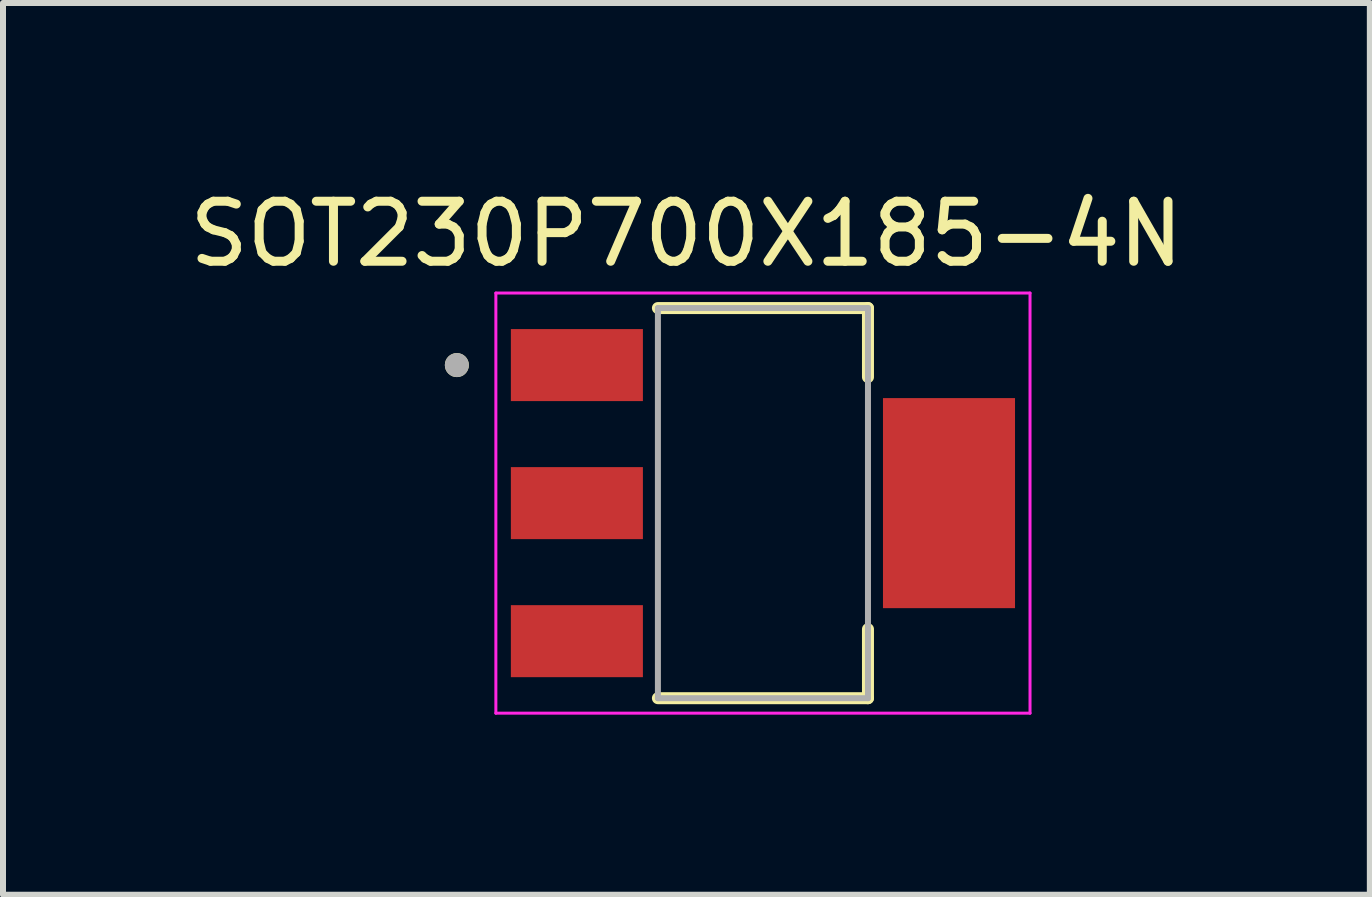
<source format=kicad_pcb>
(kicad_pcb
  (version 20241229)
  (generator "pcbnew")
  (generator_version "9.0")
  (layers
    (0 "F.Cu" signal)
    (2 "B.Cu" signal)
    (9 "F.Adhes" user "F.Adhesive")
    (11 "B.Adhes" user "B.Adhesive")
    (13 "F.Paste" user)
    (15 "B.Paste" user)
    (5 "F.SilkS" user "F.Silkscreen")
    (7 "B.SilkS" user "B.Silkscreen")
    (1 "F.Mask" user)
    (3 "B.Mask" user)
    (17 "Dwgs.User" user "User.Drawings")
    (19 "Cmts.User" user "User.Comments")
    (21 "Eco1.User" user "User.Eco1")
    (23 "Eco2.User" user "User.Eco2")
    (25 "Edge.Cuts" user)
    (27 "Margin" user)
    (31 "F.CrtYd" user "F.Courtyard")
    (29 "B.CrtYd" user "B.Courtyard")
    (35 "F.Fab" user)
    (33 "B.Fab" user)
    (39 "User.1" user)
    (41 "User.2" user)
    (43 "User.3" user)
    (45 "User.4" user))
  (footprint "SOT230P700X185-4N"
    (layer "F.Cu")
    (at 9.662 5.333)
    (property "Reference" "SOT230P700X185-4N" (at -1.275 -4.485 0) (layer "F.SilkS") (effects (font (size 1 1) (thickness 0.15))))
    (attr smd)
    (fp_line (start -1.75 -3.25) (end 1.75 -3.25) (stroke (width 0.2) (type solid)) (layer "F.SilkS"))
    (fp_line (start 1.75 -3.25) (end 1.75 -2.1) (stroke (width 0.2) (type solid)) (layer "F.SilkS"))
    (fp_line (start 1.75 2.1) (end 1.75 3.25) (stroke (width 0.2) (type solid)) (layer "F.SilkS"))
    (fp_line (start 1.75 3.25) (end -1.75 3.25) (stroke (width 0.2) (type solid)) (layer "F.SilkS"))
    (fp_circle (center -5.1 -2.3) (end -5 -2.3) (stroke (width 0.2) (type solid)) (fill no) (layer "F.SilkS"))
    (fp_line (start -4.45 -3.5) (end -4.45 3.5) (stroke (width 0.05) (type solid)) (layer "F.CrtYd"))
    (fp_line (start -4.45 3.5) (end 4.45 3.5) (stroke (width 0.05) (type solid)) (layer "F.CrtYd"))
    (fp_line (start 4.45 -3.5) (end -4.45 -3.5) (stroke (width 0.05) (type solid)) (layer "F.CrtYd"))
    (fp_line (start 4.45 3.5) (end 4.45 -3.5) (stroke (width 0.05) (type solid)) (layer "F.CrtYd"))
    (fp_line (start -1.75 -3.25) (end 1.75 -3.25) (stroke (width 0.1) (type solid)) (layer "F.Fab"))
    (fp_line (start -1.75 3.25) (end -1.75 -3.25) (stroke (width 0.1) (type solid)) (layer "F.Fab"))
    (fp_line (start 1.75 -3.25) (end 1.75 3.25) (stroke (width 0.1) (type solid)) (layer "F.Fab"))
    (fp_line (start 1.75 3.25) (end -1.75 3.25) (stroke (width 0.1) (type solid)) (layer "F.Fab"))
    (fp_circle (center -5.1 -2.3) (end -5 -2.3) (stroke (width 0.2) (type solid)) (fill no) (layer "F.Fab"))
    (pad "1" smd rect (at -3.1 -2.3) (size 2.2 1.2) (layers "F.Cu" "F.Mask" "F.Paste"))
    (pad "2" smd rect (at -3.1 0) (size 2.2 1.2) (layers "F.Cu" "F.Mask" "F.Paste"))
    (pad "3" smd rect (at -3.1 2.3) (size 2.2 1.2) (layers "F.Cu" "F.Mask" "F.Paste"))
    (pad "4" smd rect (at 3.1 0) (size 2.2 3.5) (layers "F.Cu" "F.Mask" "F.Paste")))
  (gr_rect
    (start -3 -3)
    (end 19.774 11.858)
    (stroke (width 0.1) (type default))
    (fill no)
    (layer "Edge.Cuts")))
</source>
